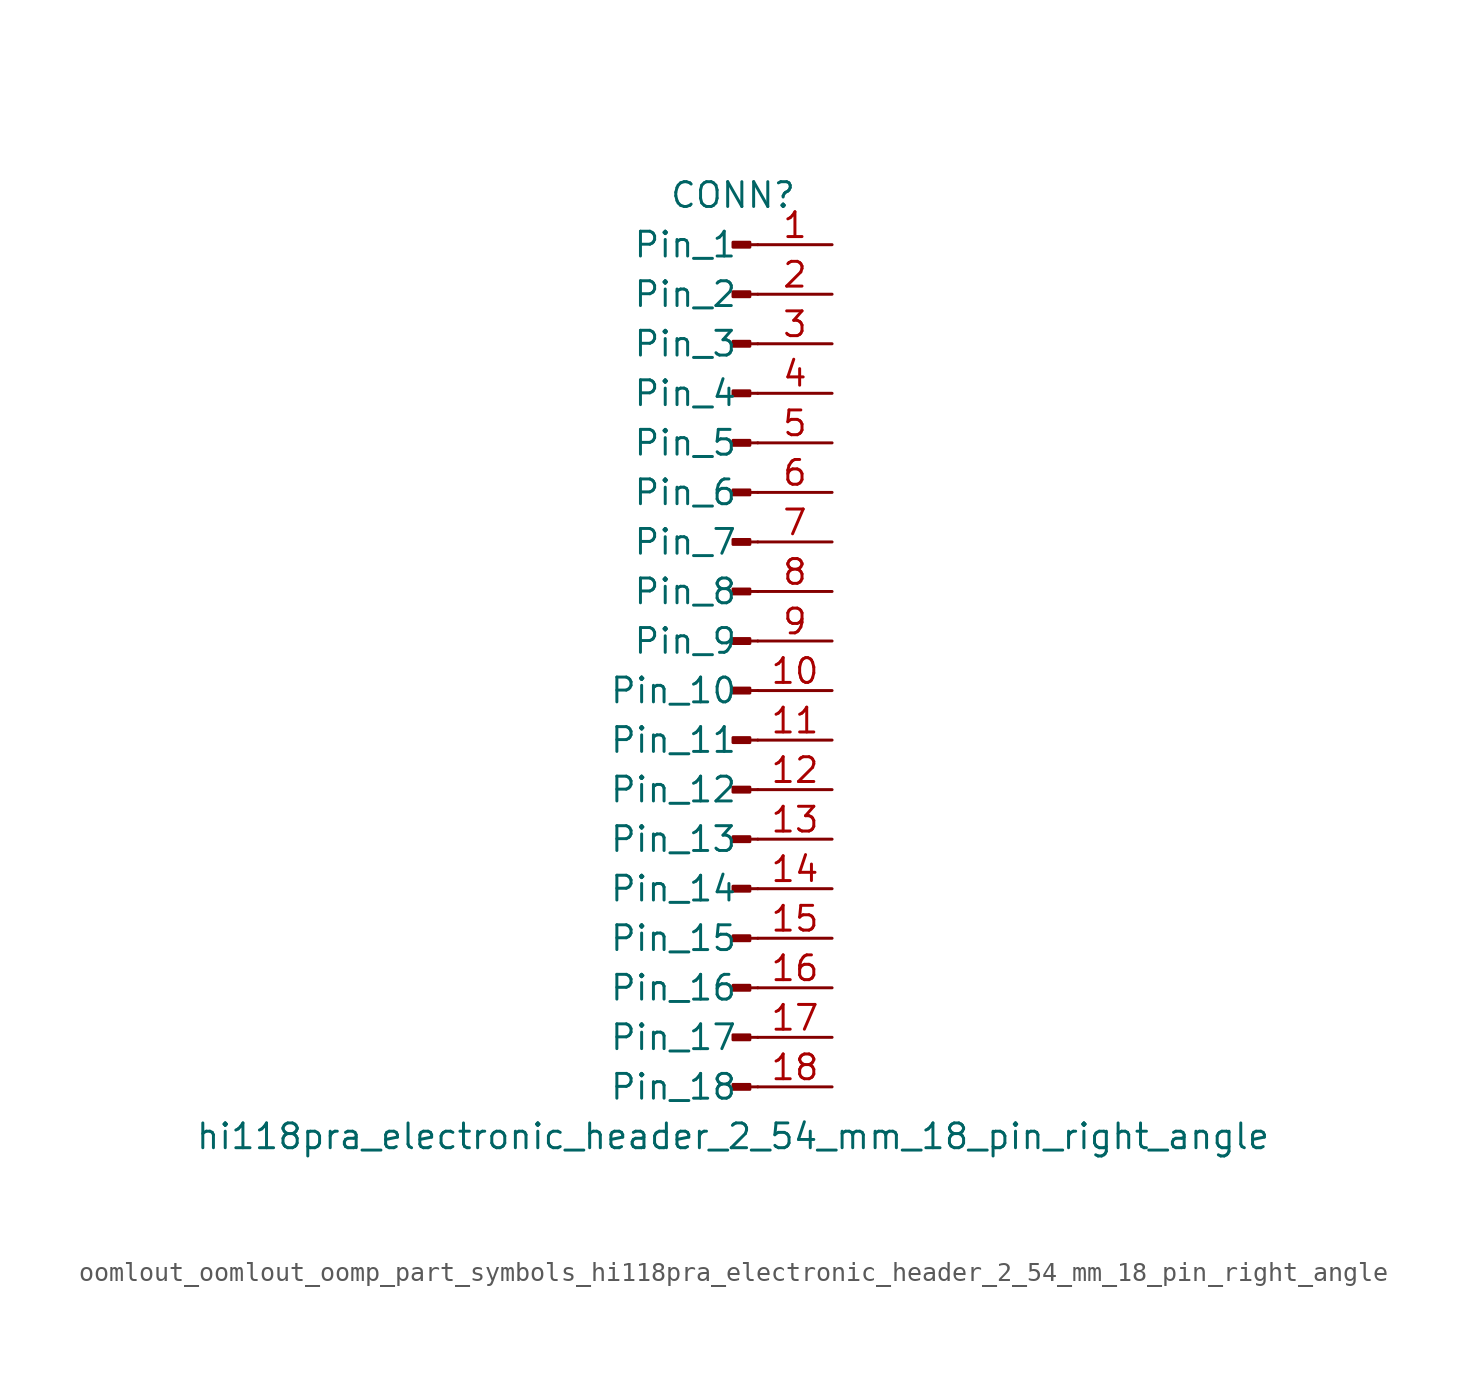
<source format=kicad_sym>
(kicad_symbol_lib
  (version 20220914)
  (generator kicad_symbol_editor)
  (symbol "oomlout_oomlout_oomp_part_symbols_hi118pra_electronic_header_2_54_mm_18_pin_right_angle"
    (pin_names
      (offset 1.016))
    (property "Reference" "CONN"
      (at 0 22.86 0)
      (effects (font (size 1.27 1.27))))
    (property "Value" "hi118pra_electronic_header_2_54_mm_18_pin_right_angle"
      (at 0 -25.4 0)
      (effects (font (size 1.27 1.27))))
    (property "ki_locked" ""
      (at 0 0 0)
      (effects (font (size 1.27 1.27))))
    (symbol "oomlout_oomlout_oomp_part_symbols_hi118pra_electronic_header_2_54_mm_18_pin_right_angle_1_1"
      (polyline (pts (xy 1.27 -22.86) (xy 0.864 -22.86)) (stroke (width 0.152) (type default)) (fill (type none)))
      (polyline (pts (xy 1.27 -20.32) (xy 0.864 -20.32)) (stroke (width 0.152) (type default)) (fill (type none)))
      (polyline (pts (xy 1.27 -17.78) (xy 0.864 -17.78)) (stroke (width 0.152) (type default)) (fill (type none)))
      (polyline (pts (xy 1.27 -15.24) (xy 0.864 -15.24)) (stroke (width 0.152) (type default)) (fill (type none)))
      (polyline (pts (xy 1.27 -12.7) (xy 0.864 -12.7)) (stroke (width 0.152) (type default)) (fill (type none)))
      (polyline (pts (xy 1.27 -10.16) (xy 0.864 -10.16)) (stroke (width 0.152) (type default)) (fill (type none)))
      (polyline (pts (xy 1.27 -7.62) (xy 0.864 -7.62)) (stroke (width 0.152) (type default)) (fill (type none)))
      (polyline (pts (xy 1.27 -5.08) (xy 0.864 -5.08)) (stroke (width 0.152) (type default)) (fill (type none)))
      (polyline (pts (xy 1.27 -2.54) (xy 0.864 -2.54)) (stroke (width 0.152) (type default)) (fill (type none)))
      (polyline (pts (xy 1.27 0) (xy 0.864 0)) (stroke (width 0.152) (type default)) (fill (type none)))
      (polyline (pts (xy 1.27 2.54) (xy 0.864 2.54)) (stroke (width 0.152) (type default)) (fill (type none)))
      (polyline (pts (xy 1.27 5.08) (xy 0.864 5.08)) (stroke (width 0.152) (type default)) (fill (type none)))
      (polyline (pts (xy 1.27 7.62) (xy 0.864 7.62)) (stroke (width 0.152) (type default)) (fill (type none)))
      (polyline (pts (xy 1.27 10.16) (xy 0.864 10.16)) (stroke (width 0.152) (type default)) (fill (type none)))
      (polyline (pts (xy 1.27 12.7) (xy 0.864 12.7)) (stroke (width 0.152) (type default)) (fill (type none)))
      (polyline (pts (xy 1.27 15.24) (xy 0.864 15.24)) (stroke (width 0.152) (type default)) (fill (type none)))
      (polyline (pts (xy 1.27 17.78) (xy 0.864 17.78)) (stroke (width 0.152) (type default)) (fill (type none)))
      (polyline (pts (xy 1.27 20.32) (xy 0.864 20.32)) (stroke (width 0.152) (type default)) (fill (type none)))
      (rectangle (start 0.864 -22.733) (end 0 -22.987) (stroke (width 0.152) (type default)) (fill (type outline)))
      (rectangle (start 0.864 -20.193) (end 0 -20.447) (stroke (width 0.152) (type default)) (fill (type outline)))
      (rectangle (start 0.864 -17.653) (end 0 -17.907) (stroke (width 0.152) (type default)) (fill (type outline)))
      (rectangle (start 0.864 -15.113) (end 0 -15.367) (stroke (width 0.152) (type default)) (fill (type outline)))
      (rectangle (start 0.864 -12.573) (end 0 -12.827) (stroke (width 0.152) (type default)) (fill (type outline)))
      (rectangle (start 0.864 -10.033) (end 0 -10.287) (stroke (width 0.152) (type default)) (fill (type outline)))
      (rectangle (start 0.864 -7.493) (end 0 -7.747) (stroke (width 0.152) (type default)) (fill (type outline)))
      (rectangle (start 0.864 -4.953) (end 0 -5.207) (stroke (width 0.152) (type default)) (fill (type outline)))
      (rectangle (start 0.864 -2.413) (end 0 -2.667) (stroke (width 0.152) (type default)) (fill (type outline)))
      (rectangle (start 0.864 0.127) (end 0 -0.127) (stroke (width 0.152) (type default)) (fill (type outline)))
      (rectangle (start 0.864 2.667) (end 0 2.413) (stroke (width 0.152) (type default)) (fill (type outline)))
      (rectangle (start 0.864 5.207) (end 0 4.953) (stroke (width 0.152) (type default)) (fill (type outline)))
      (rectangle (start 0.864 7.747) (end 0 7.493) (stroke (width 0.152) (type default)) (fill (type outline)))
      (rectangle (start 0.864 10.287) (end 0 10.033) (stroke (width 0.152) (type default)) (fill (type outline)))
      (rectangle (start 0.864 12.827) (end 0 12.573) (stroke (width 0.152) (type default)) (fill (type outline)))
      (rectangle (start 0.864 15.367) (end 0 15.113) (stroke (width 0.152) (type default)) (fill (type outline)))
      (rectangle (start 0.864 17.907) (end 0 17.653) (stroke (width 0.152) (type default)) (fill (type outline)))
      (rectangle (start 0.864 20.447) (end 0 20.193) (stroke (width 0.152) (type default)) (fill (type outline)))
      (pin passive line (at 5.08 20.32 180) (length 3.81) (name "Pin_1" (effects (font (size 1.27 1.27)))) (number "1" (effects (font (size 1.27 1.27)))))
      (pin passive line (at 5.08 -2.54 180) (length 3.81) (name "Pin_10" (effects (font (size 1.27 1.27)))) (number "10" (effects (font (size 1.27 1.27)))))
      (pin passive line (at 5.08 -5.08 180) (length 3.81) (name "Pin_11" (effects (font (size 1.27 1.27)))) (number "11" (effects (font (size 1.27 1.27)))))
      (pin passive line (at 5.08 -7.62 180) (length 3.81) (name "Pin_12" (effects (font (size 1.27 1.27)))) (number "12" (effects (font (size 1.27 1.27)))))
      (pin passive line (at 5.08 -10.16 180) (length 3.81) (name "Pin_13" (effects (font (size 1.27 1.27)))) (number "13" (effects (font (size 1.27 1.27)))))
      (pin passive line (at 5.08 -12.7 180) (length 3.81) (name "Pin_14" (effects (font (size 1.27 1.27)))) (number "14" (effects (font (size 1.27 1.27)))))
      (pin passive line (at 5.08 -15.24 180) (length 3.81) (name "Pin_15" (effects (font (size 1.27 1.27)))) (number "15" (effects (font (size 1.27 1.27)))))
      (pin passive line (at 5.08 -17.78 180) (length 3.81) (name "Pin_16" (effects (font (size 1.27 1.27)))) (number "16" (effects (font (size 1.27 1.27)))))
      (pin passive line (at 5.08 -20.32 180) (length 3.81) (name "Pin_17" (effects (font (size 1.27 1.27)))) (number "17" (effects (font (size 1.27 1.27)))))
      (pin passive line (at 5.08 -22.86 180) (length 3.81) (name "Pin_18" (effects (font (size 1.27 1.27)))) (number "18" (effects (font (size 1.27 1.27)))))
      (pin passive line (at 5.08 17.78 180) (length 3.81) (name "Pin_2" (effects (font (size 1.27 1.27)))) (number "2" (effects (font (size 1.27 1.27)))))
      (pin passive line (at 5.08 15.24 180) (length 3.81) (name "Pin_3" (effects (font (size 1.27 1.27)))) (number "3" (effects (font (size 1.27 1.27)))))
      (pin passive line (at 5.08 12.7 180) (length 3.81) (name "Pin_4" (effects (font (size 1.27 1.27)))) (number "4" (effects (font (size 1.27 1.27)))))
      (pin passive line (at 5.08 10.16 180) (length 3.81) (name "Pin_5" (effects (font (size 1.27 1.27)))) (number "5" (effects (font (size 1.27 1.27)))))
      (pin passive line (at 5.08 7.62 180) (length 3.81) (name "Pin_6" (effects (font (size 1.27 1.27)))) (number "6" (effects (font (size 1.27 1.27)))))
      (pin passive line (at 5.08 5.08 180) (length 3.81) (name "Pin_7" (effects (font (size 1.27 1.27)))) (number "7" (effects (font (size 1.27 1.27)))))
      (pin passive line (at 5.08 2.54 180) (length 3.81) (name "Pin_8" (effects (font (size 1.27 1.27)))) (number "8" (effects (font (size 1.27 1.27)))))
      (pin passive line (at 5.08 0 180) (length 3.81) (name "Pin_9" (effects (font (size 1.27 1.27)))) (number "9" (effects (font (size 1.27 1.27))))))))
</source>
